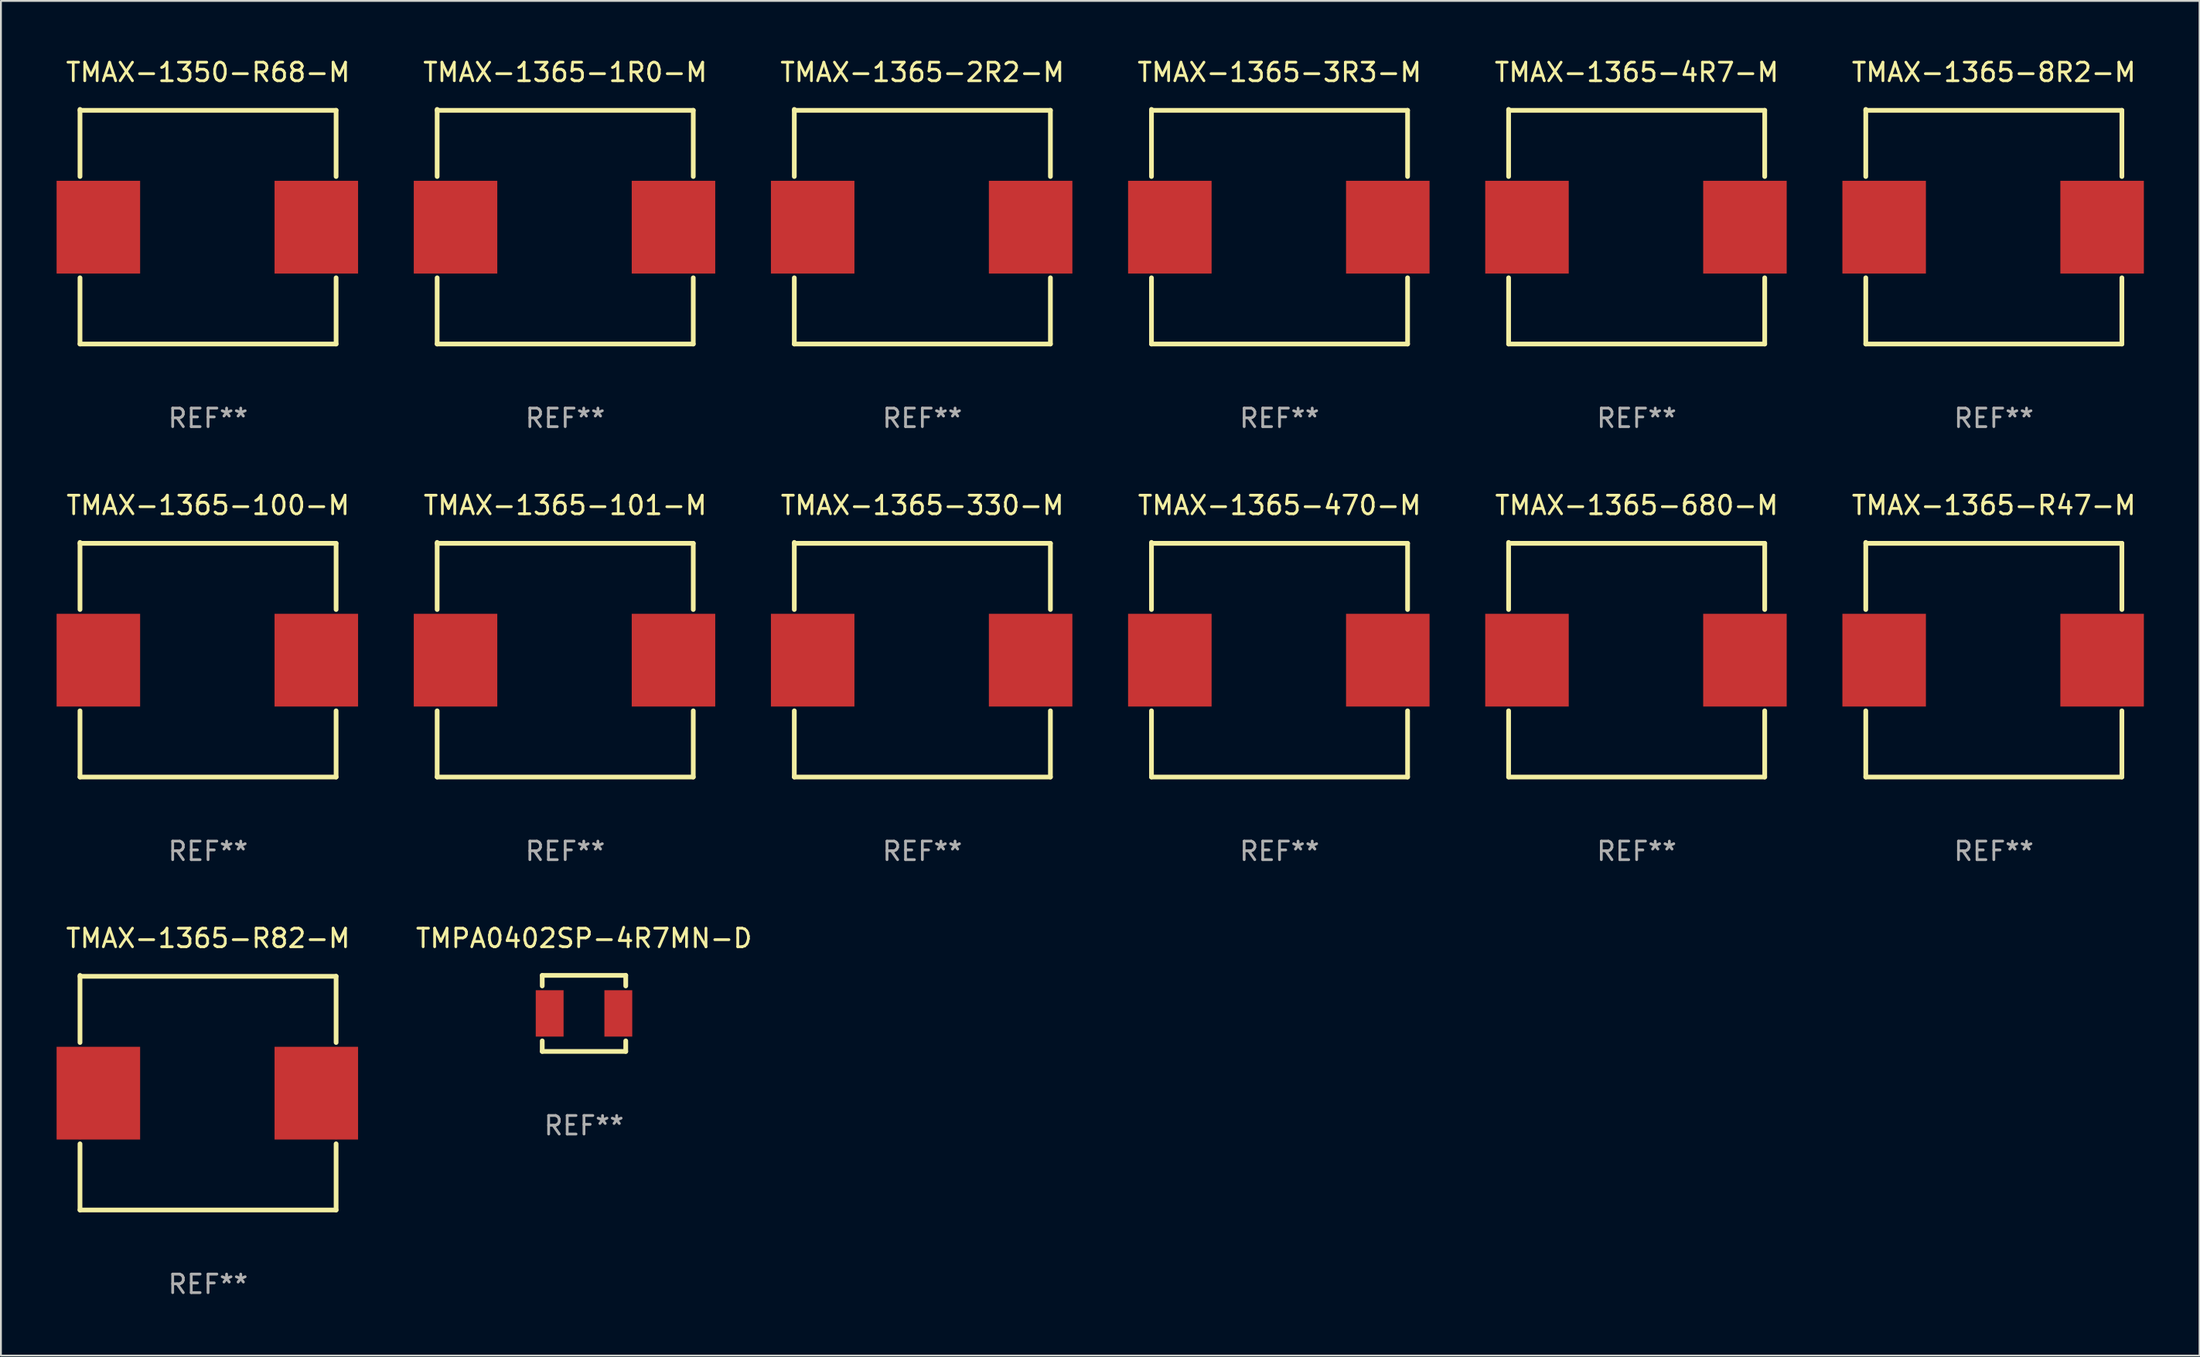
<source format=kicad_pcb>
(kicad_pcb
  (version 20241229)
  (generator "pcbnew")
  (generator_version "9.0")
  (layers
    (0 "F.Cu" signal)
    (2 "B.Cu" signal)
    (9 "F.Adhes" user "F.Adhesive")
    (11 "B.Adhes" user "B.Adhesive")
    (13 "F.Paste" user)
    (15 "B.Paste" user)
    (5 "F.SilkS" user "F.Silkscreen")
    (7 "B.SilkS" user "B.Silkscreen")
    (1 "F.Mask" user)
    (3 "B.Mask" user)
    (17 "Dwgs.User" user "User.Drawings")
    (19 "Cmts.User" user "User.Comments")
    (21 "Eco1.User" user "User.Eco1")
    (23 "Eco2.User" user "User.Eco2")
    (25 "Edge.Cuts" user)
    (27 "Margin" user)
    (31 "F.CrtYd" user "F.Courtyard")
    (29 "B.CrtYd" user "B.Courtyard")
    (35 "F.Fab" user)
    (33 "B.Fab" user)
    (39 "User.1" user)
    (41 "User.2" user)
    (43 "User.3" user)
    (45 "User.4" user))
  (footprint "TMAX-1365-330-M"
    (layer "F.Cu")
    (at 46.649 32.52)
    (property "Reference" "TMAX-1365-330-M" (at 0 -8.325 0) (layer "F.SilkS") (effects (font (size 1 1) (thickness 0.15))))
    (attr through_hole)
    (fp_line (start -6.9 -6.275) (end 6.9 -6.275) (stroke (width 0.254) (type solid)) (layer "F.SilkS"))
    (fp_line (start -6.9 -2.706) (end -6.9 -6.325) (stroke (width 0.254) (type solid)) (layer "F.SilkS"))
    (fp_line (start -6.9 6.325) (end -6.9 2.756) (stroke (width 0.254) (type solid)) (layer "F.SilkS"))
    (fp_line (start 6.9 -2.706) (end 6.9 -6.275) (stroke (width 0.254) (type solid)) (layer "F.SilkS"))
    (fp_line (start 6.9 6.325) (end -6.9 6.325) (stroke (width 0.254) (type solid)) (layer "F.SilkS"))
    (fp_line (start 6.9 6.325) (end 6.9 2.756) (stroke (width 0.254) (type solid)) (layer "F.SilkS"))
    (fp_circle (center -6.938 6.325) (end -6.908 6.325) (stroke (width 0.06) (type solid)) (fill no) (layer "F.SilkS"))
    (fp_text user "REF**" (at 0 10.325 0) (layer "F.Fab") (effects (font (size 1 1) (thickness 0.15))))
    (pad "1" smd rect (at -5.91 0.025) (size 4.5 5) (layers "F.Cu" "F.Mask" "F.Paste"))
    (pad "2" smd rect (at 5.834 0.025) (size 4.5 5) (layers "F.Cu" "F.Mask" "F.Paste")))
  (footprint "TMAX-1350-R68-M"
    (layer "F.Cu")
    (at 8.16 9.173)
    (property "Reference" "TMAX-1350-R68-M" (at 0 -8.325 0) (layer "F.SilkS") (effects (font (size 1 1) (thickness 0.15))))
    (attr through_hole)
    (fp_line (start -6.9 -6.275) (end 6.9 -6.275) (stroke (width 0.254) (type solid)) (layer "F.SilkS"))
    (fp_line (start -6.9 -2.706) (end -6.9 -6.325) (stroke (width 0.254) (type solid)) (layer "F.SilkS"))
    (fp_line (start -6.9 6.325) (end -6.9 2.756) (stroke (width 0.254) (type solid)) (layer "F.SilkS"))
    (fp_line (start 6.9 -2.706) (end 6.9 -6.275) (stroke (width 0.254) (type solid)) (layer "F.SilkS"))
    (fp_line (start 6.9 6.325) (end -6.9 6.325) (stroke (width 0.254) (type solid)) (layer "F.SilkS"))
    (fp_line (start 6.9 6.325) (end 6.9 2.756) (stroke (width 0.254) (type solid)) (layer "F.SilkS"))
    (fp_circle (center -6.938 6.325) (end -6.908 6.325) (stroke (width 0.06) (type solid)) (fill no) (layer "F.SilkS"))
    (fp_text user "REF**" (at 0 10.325 0) (layer "F.Fab") (effects (font (size 1 1) (thickness 0.15))))
    (pad "1" smd rect (at -5.91 0.025) (size 4.5 5) (layers "F.Cu" "F.Mask" "F.Paste"))
    (pad "2" smd rect (at 5.834 0.025) (size 4.5 5) (layers "F.Cu" "F.Mask" "F.Paste")))
  (footprint "TMAX-1365-2R2-M"
    (layer "F.Cu")
    (at 46.649 9.173)
    (property "Reference" "TMAX-1365-2R2-M" (at 0 -8.325 0) (layer "F.SilkS") (effects (font (size 1 1) (thickness 0.15))))
    (attr through_hole)
    (fp_line (start -6.9 -6.275) (end 6.9 -6.275) (stroke (width 0.254) (type solid)) (layer "F.SilkS"))
    (fp_line (start -6.9 -2.706) (end -6.9 -6.325) (stroke (width 0.254) (type solid)) (layer "F.SilkS"))
    (fp_line (start -6.9 6.325) (end -6.9 2.756) (stroke (width 0.254) (type solid)) (layer "F.SilkS"))
    (fp_line (start 6.9 -2.706) (end 6.9 -6.275) (stroke (width 0.254) (type solid)) (layer "F.SilkS"))
    (fp_line (start 6.9 6.325) (end -6.9 6.325) (stroke (width 0.254) (type solid)) (layer "F.SilkS"))
    (fp_line (start 6.9 6.325) (end 6.9 2.756) (stroke (width 0.254) (type solid)) (layer "F.SilkS"))
    (fp_circle (center -6.938 6.325) (end -6.908 6.325) (stroke (width 0.06) (type solid)) (fill no) (layer "F.SilkS"))
    (fp_text user "REF**" (at 0 10.325 0) (layer "F.Fab") (effects (font (size 1 1) (thickness 0.15))))
    (pad "1" smd rect (at -5.91 0.025) (size 4.5 5) (layers "F.Cu" "F.Mask" "F.Paste"))
    (pad "2" smd rect (at 5.834 0.025) (size 4.5 5) (layers "F.Cu" "F.Mask" "F.Paste")))
  (footprint "TMAX-1365-3R3-M"
    (layer "F.Cu")
    (at 65.894 9.173)
    (property "Reference" "TMAX-1365-3R3-M" (at 0 -8.325 0) (layer "F.SilkS") (effects (font (size 1 1) (thickness 0.15))))
    (attr through_hole)
    (fp_line (start -6.9 -6.275) (end 6.9 -6.275) (stroke (width 0.254) (type solid)) (layer "F.SilkS"))
    (fp_line (start -6.9 -2.706) (end -6.9 -6.325) (stroke (width 0.254) (type solid)) (layer "F.SilkS"))
    (fp_line (start -6.9 6.325) (end -6.9 2.756) (stroke (width 0.254) (type solid)) (layer "F.SilkS"))
    (fp_line (start 6.9 -2.706) (end 6.9 -6.275) (stroke (width 0.254) (type solid)) (layer "F.SilkS"))
    (fp_line (start 6.9 6.325) (end -6.9 6.325) (stroke (width 0.254) (type solid)) (layer "F.SilkS"))
    (fp_line (start 6.9 6.325) (end 6.9 2.756) (stroke (width 0.254) (type solid)) (layer "F.SilkS"))
    (fp_circle (center -6.938 6.325) (end -6.908 6.325) (stroke (width 0.06) (type solid)) (fill no) (layer "F.SilkS"))
    (fp_text user "REF**" (at 0 10.325 0) (layer "F.Fab") (effects (font (size 1 1) (thickness 0.15))))
    (pad "1" smd rect (at -5.91 0.025) (size 4.5 5) (layers "F.Cu" "F.Mask" "F.Paste"))
    (pad "2" smd rect (at 5.834 0.025) (size 4.5 5) (layers "F.Cu" "F.Mask" "F.Paste")))
  (footprint "TMAX-1365-1R0-M"
    (layer "F.Cu")
    (at 27.405 9.173)
    (property "Reference" "TMAX-1365-1R0-M" (at 0 -8.325 0) (layer "F.SilkS") (effects (font (size 1 1) (thickness 0.15))))
    (attr through_hole)
    (fp_line (start -6.9 -6.275) (end 6.9 -6.275) (stroke (width 0.254) (type solid)) (layer "F.SilkS"))
    (fp_line (start -6.9 -2.706) (end -6.9 -6.325) (stroke (width 0.254) (type solid)) (layer "F.SilkS"))
    (fp_line (start -6.9 6.325) (end -6.9 2.756) (stroke (width 0.254) (type solid)) (layer "F.SilkS"))
    (fp_line (start 6.9 -2.706) (end 6.9 -6.275) (stroke (width 0.254) (type solid)) (layer "F.SilkS"))
    (fp_line (start 6.9 6.325) (end -6.9 6.325) (stroke (width 0.254) (type solid)) (layer "F.SilkS"))
    (fp_line (start 6.9 6.325) (end 6.9 2.756) (stroke (width 0.254) (type solid)) (layer "F.SilkS"))
    (fp_circle (center -6.938 6.325) (end -6.908 6.325) (stroke (width 0.06) (type solid)) (fill no) (layer "F.SilkS"))
    (fp_text user "REF**" (at 0 10.325 0) (layer "F.Fab") (effects (font (size 1 1) (thickness 0.15))))
    (pad "1" smd rect (at -5.91 0.025) (size 4.5 5) (layers "F.Cu" "F.Mask" "F.Paste"))
    (pad "2" smd rect (at 5.834 0.025) (size 4.5 5) (layers "F.Cu" "F.Mask" "F.Paste")))
  (footprint "TMAX-1365-R82-M"
    (layer "F.Cu")
    (at 8.16 55.866)
    (property "Reference" "TMAX-1365-R82-M" (at 0 -8.325 0) (layer "F.SilkS") (effects (font (size 1 1) (thickness 0.15))))
    (attr through_hole)
    (fp_line (start -6.9 -6.275) (end 6.9 -6.275) (stroke (width 0.254) (type solid)) (layer "F.SilkS"))
    (fp_line (start -6.9 -2.706) (end -6.9 -6.325) (stroke (width 0.254) (type solid)) (layer "F.SilkS"))
    (fp_line (start -6.9 6.325) (end -6.9 2.756) (stroke (width 0.254) (type solid)) (layer "F.SilkS"))
    (fp_line (start 6.9 -2.706) (end 6.9 -6.275) (stroke (width 0.254) (type solid)) (layer "F.SilkS"))
    (fp_line (start 6.9 6.325) (end -6.9 6.325) (stroke (width 0.254) (type solid)) (layer "F.SilkS"))
    (fp_line (start 6.9 6.325) (end 6.9 2.756) (stroke (width 0.254) (type solid)) (layer "F.SilkS"))
    (fp_circle (center -6.938 6.325) (end -6.908 6.325) (stroke (width 0.06) (type solid)) (fill no) (layer "F.SilkS"))
    (fp_text user "REF**" (at 0 10.325 0) (layer "F.Fab") (effects (font (size 1 1) (thickness 0.15))))
    (pad "1" smd rect (at -5.91 0.025) (size 4.5 5) (layers "F.Cu" "F.Mask" "F.Paste"))
    (pad "2" smd rect (at 5.834 0.025) (size 4.5 5) (layers "F.Cu" "F.Mask" "F.Paste")))
  (footprint "TMPA0402SP-4R7MN-D"
    (layer "F.Cu")
    (at 28.417 51.591)
    (property "Reference" "TMPA0402SP-4R7MN-D" (at 0 -4.05 0) (layer "F.SilkS") (effects (font (size 1 1) (thickness 0.15))))
    (attr through_hole)
    (fp_line (start -2.25 -2.05) (end -2.25 -1.481) (stroke (width 0.254) (type solid)) (layer "F.SilkS"))
    (fp_line (start -2.25 -2.05) (end 2.25 -2.05) (stroke (width 0.254) (type solid)) (layer "F.SilkS"))
    (fp_line (start -2.25 1.481) (end -2.25 2.05) (stroke (width 0.254) (type solid)) (layer "F.SilkS"))
    (fp_line (start -2.25 2.05) (end 2.25 2.05) (stroke (width 0.254) (type solid)) (layer "F.SilkS"))
    (fp_line (start 2.25 -2.05) (end 2.25 -1.481) (stroke (width 0.254) (type solid)) (layer "F.SilkS"))
    (fp_line (start 2.25 1.481) (end 2.25 2.05) (stroke (width 0.254) (type solid)) (layer "F.SilkS"))
    (fp_circle (center -2.23 2.03) (end -2.2 2.03) (stroke (width 0.06) (type solid)) (fill no) (layer "F.SilkS"))
    (fp_text user "REF**" (at 0 6.05 0) (layer "F.Fab") (effects (font (size 1 1) (thickness 0.15))))
    (pad "1" smd rect (at -1.85 0 90) (size 2.5 1.5) (layers "F.Cu" "F.Mask" "F.Paste"))
    (pad "2" smd rect (at 1.85 0 90) (size 2.5 1.5) (layers "F.Cu" "F.Mask" "F.Paste")))
  (footprint "TMAX-1365-R47-M"
    (layer "F.Cu")
    (at 104.383 32.52)
    (property "Reference" "TMAX-1365-R47-M" (at 0 -8.325 0) (layer "F.SilkS") (effects (font (size 1 1) (thickness 0.15))))
    (attr through_hole)
    (fp_line (start -6.9 -6.275) (end 6.9 -6.275) (stroke (width 0.254) (type solid)) (layer "F.SilkS"))
    (fp_line (start -6.9 -2.706) (end -6.9 -6.325) (stroke (width 0.254) (type solid)) (layer "F.SilkS"))
    (fp_line (start -6.9 6.325) (end -6.9 2.756) (stroke (width 0.254) (type solid)) (layer "F.SilkS"))
    (fp_line (start 6.9 -2.706) (end 6.9 -6.275) (stroke (width 0.254) (type solid)) (layer "F.SilkS"))
    (fp_line (start 6.9 6.325) (end -6.9 6.325) (stroke (width 0.254) (type solid)) (layer "F.SilkS"))
    (fp_line (start 6.9 6.325) (end 6.9 2.756) (stroke (width 0.254) (type solid)) (layer "F.SilkS"))
    (fp_circle (center -6.938 6.325) (end -6.908 6.325) (stroke (width 0.06) (type solid)) (fill no) (layer "F.SilkS"))
    (fp_text user "REF**" (at 0 10.325 0) (layer "F.Fab") (effects (font (size 1 1) (thickness 0.15))))
    (pad "1" smd rect (at -5.91 0.025) (size 4.5 5) (layers "F.Cu" "F.Mask" "F.Paste"))
    (pad "2" smd rect (at 5.834 0.025) (size 4.5 5) (layers "F.Cu" "F.Mask" "F.Paste")))
  (footprint "TMAX-1365-4R7-M"
    (layer "F.Cu")
    (at 85.138 9.173)
    (property "Reference" "TMAX-1365-4R7-M" (at 0 -8.325 0) (layer "F.SilkS") (effects (font (size 1 1) (thickness 0.15))))
    (attr through_hole)
    (fp_line (start -6.9 -6.275) (end 6.9 -6.275) (stroke (width 0.254) (type solid)) (layer "F.SilkS"))
    (fp_line (start -6.9 -2.706) (end -6.9 -6.325) (stroke (width 0.254) (type solid)) (layer "F.SilkS"))
    (fp_line (start -6.9 6.325) (end -6.9 2.756) (stroke (width 0.254) (type solid)) (layer "F.SilkS"))
    (fp_line (start 6.9 -2.706) (end 6.9 -6.275) (stroke (width 0.254) (type solid)) (layer "F.SilkS"))
    (fp_line (start 6.9 6.325) (end -6.9 6.325) (stroke (width 0.254) (type solid)) (layer "F.SilkS"))
    (fp_line (start 6.9 6.325) (end 6.9 2.756) (stroke (width 0.254) (type solid)) (layer "F.SilkS"))
    (fp_circle (center -6.938 6.325) (end -6.908 6.325) (stroke (width 0.06) (type solid)) (fill no) (layer "F.SilkS"))
    (fp_text user "REF**" (at 0 10.325 0) (layer "F.Fab") (effects (font (size 1 1) (thickness 0.15))))
    (pad "1" smd rect (at -5.91 0.025) (size 4.5 5) (layers "F.Cu" "F.Mask" "F.Paste"))
    (pad "2" smd rect (at 5.834 0.025) (size 4.5 5) (layers "F.Cu" "F.Mask" "F.Paste")))
  (footprint "TMAX-1365-470-M"
    (layer "F.Cu")
    (at 65.894 32.52)
    (property "Reference" "TMAX-1365-470-M" (at 0 -8.325 0) (layer "F.SilkS") (effects (font (size 1 1) (thickness 0.15))))
    (attr through_hole)
    (fp_line (start -6.9 -6.275) (end 6.9 -6.275) (stroke (width 0.254) (type solid)) (layer "F.SilkS"))
    (fp_line (start -6.9 -2.706) (end -6.9 -6.325) (stroke (width 0.254) (type solid)) (layer "F.SilkS"))
    (fp_line (start -6.9 6.325) (end -6.9 2.756) (stroke (width 0.254) (type solid)) (layer "F.SilkS"))
    (fp_line (start 6.9 -2.706) (end 6.9 -6.275) (stroke (width 0.254) (type solid)) (layer "F.SilkS"))
    (fp_line (start 6.9 6.325) (end -6.9 6.325) (stroke (width 0.254) (type solid)) (layer "F.SilkS"))
    (fp_line (start 6.9 6.325) (end 6.9 2.756) (stroke (width 0.254) (type solid)) (layer "F.SilkS"))
    (fp_circle (center -6.938 6.325) (end -6.908 6.325) (stroke (width 0.06) (type solid)) (fill no) (layer "F.SilkS"))
    (fp_text user "REF**" (at 0 10.325 0) (layer "F.Fab") (effects (font (size 1 1) (thickness 0.15))))
    (pad "1" smd rect (at -5.91 0.025) (size 4.5 5) (layers "F.Cu" "F.Mask" "F.Paste"))
    (pad "2" smd rect (at 5.834 0.025) (size 4.5 5) (layers "F.Cu" "F.Mask" "F.Paste")))
  (footprint "TMAX-1365-680-M"
    (layer "F.Cu")
    (at 85.138 32.52)
    (property "Reference" "TMAX-1365-680-M" (at 0 -8.325 0) (layer "F.SilkS") (effects (font (size 1 1) (thickness 0.15))))
    (attr through_hole)
    (fp_line (start -6.9 -6.275) (end 6.9 -6.275) (stroke (width 0.254) (type solid)) (layer "F.SilkS"))
    (fp_line (start -6.9 -2.706) (end -6.9 -6.325) (stroke (width 0.254) (type solid)) (layer "F.SilkS"))
    (fp_line (start -6.9 6.325) (end -6.9 2.756) (stroke (width 0.254) (type solid)) (layer "F.SilkS"))
    (fp_line (start 6.9 -2.706) (end 6.9 -6.275) (stroke (width 0.254) (type solid)) (layer "F.SilkS"))
    (fp_line (start 6.9 6.325) (end -6.9 6.325) (stroke (width 0.254) (type solid)) (layer "F.SilkS"))
    (fp_line (start 6.9 6.325) (end 6.9 2.756) (stroke (width 0.254) (type solid)) (layer "F.SilkS"))
    (fp_circle (center -6.938 6.325) (end -6.908 6.325) (stroke (width 0.06) (type solid)) (fill no) (layer "F.SilkS"))
    (fp_text user "REF**" (at 0 10.325 0) (layer "F.Fab") (effects (font (size 1 1) (thickness 0.15))))
    (pad "1" smd rect (at -5.91 0.025) (size 4.5 5) (layers "F.Cu" "F.Mask" "F.Paste"))
    (pad "2" smd rect (at 5.834 0.025) (size 4.5 5) (layers "F.Cu" "F.Mask" "F.Paste")))
  (footprint "TMAX-1365-8R2-M"
    (layer "F.Cu")
    (at 104.383 9.173)
    (property "Reference" "TMAX-1365-8R2-M" (at 0 -8.325 0) (layer "F.SilkS") (effects (font (size 1 1) (thickness 0.15))))
    (attr through_hole)
    (fp_line (start -6.9 -6.275) (end 6.9 -6.275) (stroke (width 0.254) (type solid)) (layer "F.SilkS"))
    (fp_line (start -6.9 -2.706) (end -6.9 -6.325) (stroke (width 0.254) (type solid)) (layer "F.SilkS"))
    (fp_line (start -6.9 6.325) (end -6.9 2.756) (stroke (width 0.254) (type solid)) (layer "F.SilkS"))
    (fp_line (start 6.9 -2.706) (end 6.9 -6.275) (stroke (width 0.254) (type solid)) (layer "F.SilkS"))
    (fp_line (start 6.9 6.325) (end -6.9 6.325) (stroke (width 0.254) (type solid)) (layer "F.SilkS"))
    (fp_line (start 6.9 6.325) (end 6.9 2.756) (stroke (width 0.254) (type solid)) (layer "F.SilkS"))
    (fp_circle (center -6.938 6.325) (end -6.908 6.325) (stroke (width 0.06) (type solid)) (fill no) (layer "F.SilkS"))
    (fp_text user "REF**" (at 0 10.325 0) (layer "F.Fab") (effects (font (size 1 1) (thickness 0.15))))
    (pad "1" smd rect (at -5.91 0.025) (size 4.5 5) (layers "F.Cu" "F.Mask" "F.Paste"))
    (pad "2" smd rect (at 5.834 0.025) (size 4.5 5) (layers "F.Cu" "F.Mask" "F.Paste")))
  (footprint "TMAX-1365-101-M"
    (layer "F.Cu")
    (at 27.405 32.52)
    (property "Reference" "TMAX-1365-101-M" (at 0 -8.325 0) (layer "F.SilkS") (effects (font (size 1 1) (thickness 0.15))))
    (attr through_hole)
    (fp_line (start -6.9 -6.275) (end 6.9 -6.275) (stroke (width 0.254) (type solid)) (layer "F.SilkS"))
    (fp_line (start -6.9 -2.706) (end -6.9 -6.325) (stroke (width 0.254) (type solid)) (layer "F.SilkS"))
    (fp_line (start -6.9 6.325) (end -6.9 2.756) (stroke (width 0.254) (type solid)) (layer "F.SilkS"))
    (fp_line (start 6.9 -2.706) (end 6.9 -6.275) (stroke (width 0.254) (type solid)) (layer "F.SilkS"))
    (fp_line (start 6.9 6.325) (end -6.9 6.325) (stroke (width 0.254) (type solid)) (layer "F.SilkS"))
    (fp_line (start 6.9 6.325) (end 6.9 2.756) (stroke (width 0.254) (type solid)) (layer "F.SilkS"))
    (fp_circle (center -6.938 6.325) (end -6.908 6.325) (stroke (width 0.06) (type solid)) (fill no) (layer "F.SilkS"))
    (fp_text user "REF**" (at 0 10.325 0) (layer "F.Fab") (effects (font (size 1 1) (thickness 0.15))))
    (pad "1" smd rect (at -5.91 0.025) (size 4.5 5) (layers "F.Cu" "F.Mask" "F.Paste"))
    (pad "2" smd rect (at 5.834 0.025) (size 4.5 5) (layers "F.Cu" "F.Mask" "F.Paste")))
  (footprint "TMAX-1365-100-M"
    (layer "F.Cu")
    (at 8.16 32.52)
    (property "Reference" "TMAX-1365-100-M" (at 0 -8.325 0) (layer "F.SilkS") (effects (font (size 1 1) (thickness 0.15))))
    (attr through_hole)
    (fp_line (start -6.9 -6.275) (end 6.9 -6.275) (stroke (width 0.254) (type solid)) (layer "F.SilkS"))
    (fp_line (start -6.9 -2.706) (end -6.9 -6.325) (stroke (width 0.254) (type solid)) (layer "F.SilkS"))
    (fp_line (start -6.9 6.325) (end -6.9 2.756) (stroke (width 0.254) (type solid)) (layer "F.SilkS"))
    (fp_line (start 6.9 -2.706) (end 6.9 -6.275) (stroke (width 0.254) (type solid)) (layer "F.SilkS"))
    (fp_line (start 6.9 6.325) (end -6.9 6.325) (stroke (width 0.254) (type solid)) (layer "F.SilkS"))
    (fp_line (start 6.9 6.325) (end 6.9 2.756) (stroke (width 0.254) (type solid)) (layer "F.SilkS"))
    (fp_circle (center -6.938 6.325) (end -6.908 6.325) (stroke (width 0.06) (type solid)) (fill no) (layer "F.SilkS"))
    (fp_text user "REF**" (at 0 10.325 0) (layer "F.Fab") (effects (font (size 1 1) (thickness 0.15))))
    (pad "1" smd rect (at -5.91 0.025) (size 4.5 5) (layers "F.Cu" "F.Mask" "F.Paste"))
    (pad "2" smd rect (at 5.834 0.025) (size 4.5 5) (layers "F.Cu" "F.Mask" "F.Paste")))
  (gr_rect
    (start -3 -3)
    (end 115.467 70.039)
    (stroke (width 0.1) (type default))
    (fill no)
    (layer "Edge.Cuts")))
</source>
